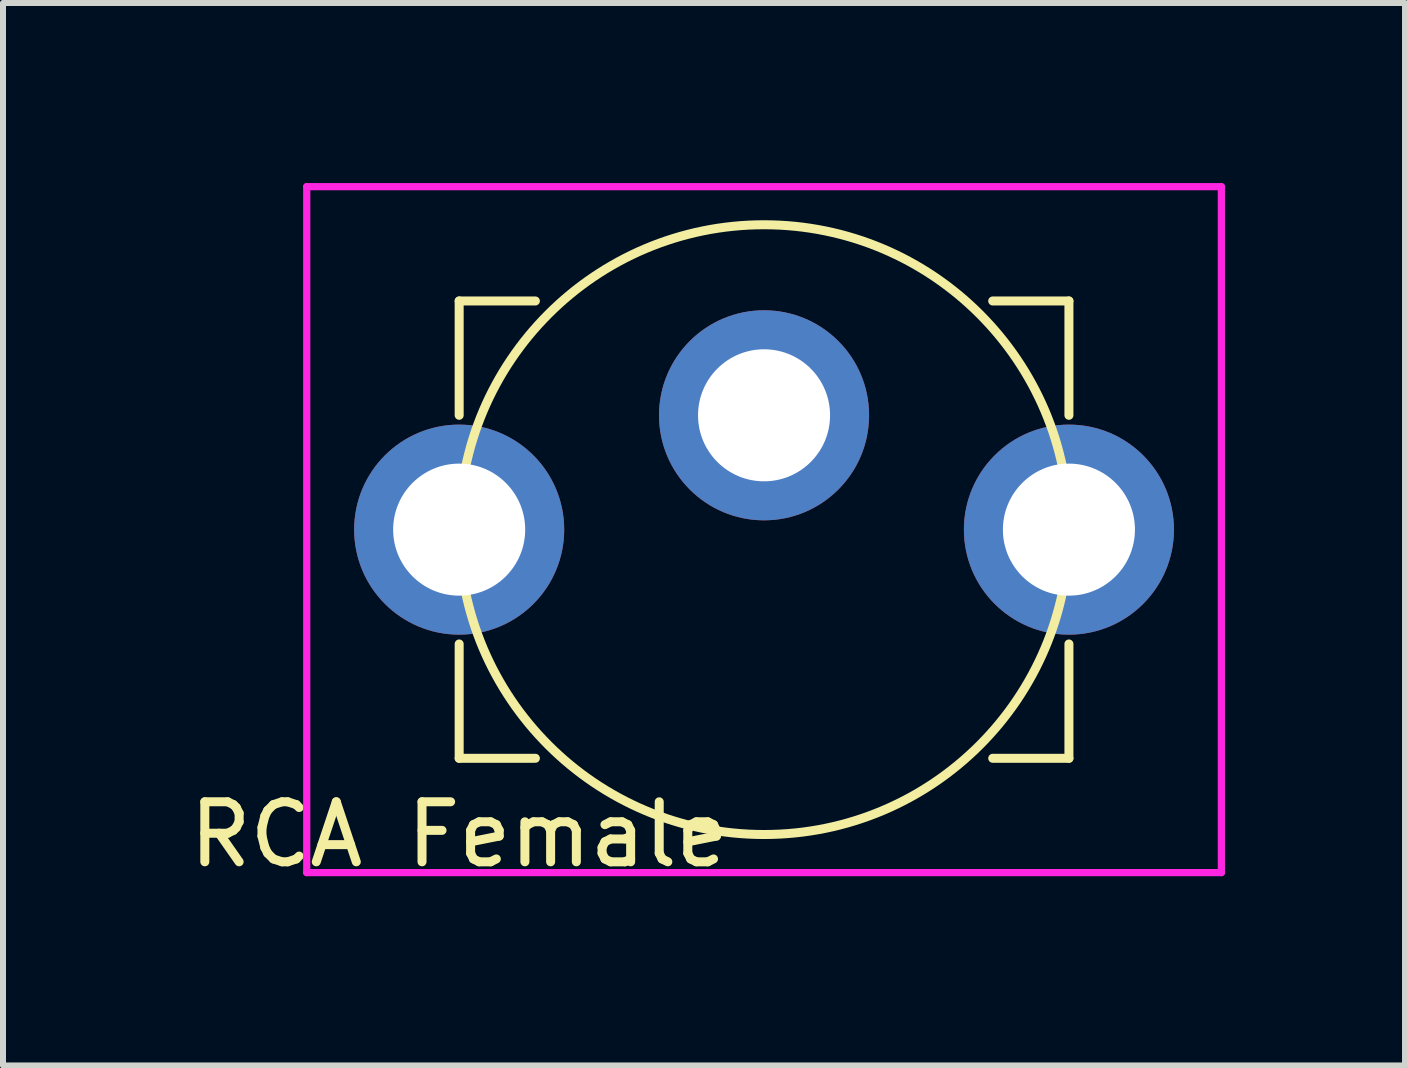
<source format=kicad_pcb>
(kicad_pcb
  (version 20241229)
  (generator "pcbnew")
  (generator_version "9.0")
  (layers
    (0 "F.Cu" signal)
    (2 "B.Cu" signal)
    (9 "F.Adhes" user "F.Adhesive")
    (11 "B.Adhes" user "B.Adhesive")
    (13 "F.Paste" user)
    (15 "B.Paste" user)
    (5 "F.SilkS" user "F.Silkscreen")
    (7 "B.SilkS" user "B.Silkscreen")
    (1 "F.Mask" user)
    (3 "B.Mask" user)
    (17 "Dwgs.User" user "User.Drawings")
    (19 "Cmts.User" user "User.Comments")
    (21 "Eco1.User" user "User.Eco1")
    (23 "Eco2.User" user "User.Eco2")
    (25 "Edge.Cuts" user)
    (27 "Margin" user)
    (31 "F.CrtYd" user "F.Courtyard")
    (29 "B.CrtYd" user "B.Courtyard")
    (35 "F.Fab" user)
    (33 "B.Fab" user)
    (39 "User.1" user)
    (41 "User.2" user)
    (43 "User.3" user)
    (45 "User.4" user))
  (footprint "RCA Female"
    (layer "F.Cu")
    (at 4.601 5.775)
    (property "Reference" "RCA Female" (at 0 5.08 0) (layer "F.SilkS") (effects (font (size 1 1) (thickness 0.15))))
    (attr through_hole)
    (fp_line (start 0 -3.81) (end 1.27 -3.81) (stroke (width 0.15) (type solid)) (layer "F.SilkS"))
    (fp_line (start 0 -1.905) (end 0 -3.81) (stroke (width 0.15) (type solid)) (layer "F.SilkS"))
    (fp_line (start 0 1.905) (end 0 3.81) (stroke (width 0.15) (type solid)) (layer "F.SilkS"))
    (fp_line (start 0 3.81) (end 1.27 3.81) (stroke (width 0.15) (type solid)) (layer "F.SilkS"))
    (fp_line (start 10.16 -3.81) (end 8.89 -3.81) (stroke (width 0.15) (type solid)) (layer "F.SilkS"))
    (fp_line (start 10.16 -1.905) (end 10.16 -3.81) (stroke (width 0.15) (type solid)) (layer "F.SilkS"))
    (fp_line (start 10.16 1.905) (end 10.16 3.81) (stroke (width 0.15) (type solid)) (layer "F.SilkS"))
    (fp_line (start 10.16 3.81) (end 8.89 3.81) (stroke (width 0.15) (type solid)) (layer "F.SilkS"))
    (fp_circle (center 5.08 0) (end 10.16 0) (stroke (width 0.15) (type solid)) (fill no) (layer "F.SilkS"))
    (fp_line (start -2.54 -5.715) (end 12.7 -5.715) (stroke (width 0.12) (type solid)) (layer "F.CrtYd"))
    (fp_line (start -2.54 5.715) (end -2.54 -5.715) (stroke (width 0.12) (type solid)) (layer "F.CrtYd"))
    (fp_line (start 12.7 -5.715) (end 12.7 5.715) (stroke (width 0.12) (type solid)) (layer "F.CrtYd"))
    (fp_line (start 12.7 5.715) (end -2.54 5.715) (stroke (width 0.12) (type solid)) (layer "F.CrtYd"))
    (pad "" thru_hole circle (at 10.16 0) (size 3.5 3.5) (drill 2.2) (layers "*.Cu" "*.Mask"))
    (pad "1" thru_hole circle (at 5.08 -1.905) (size 3.5 3.5) (drill 2.2) (layers "*.Cu" "*.Mask"))
    (pad "2" thru_hole circle (at 0 0) (size 3.5 3.5) (drill 2.2) (layers "*.Cu" "*.Mask")))
  (gr_rect
    (start -3 -3)
    (end 20.361 14.703)
    (stroke (width 0.1) (type default))
    (fill no)
    (layer "Edge.Cuts")))
</source>
